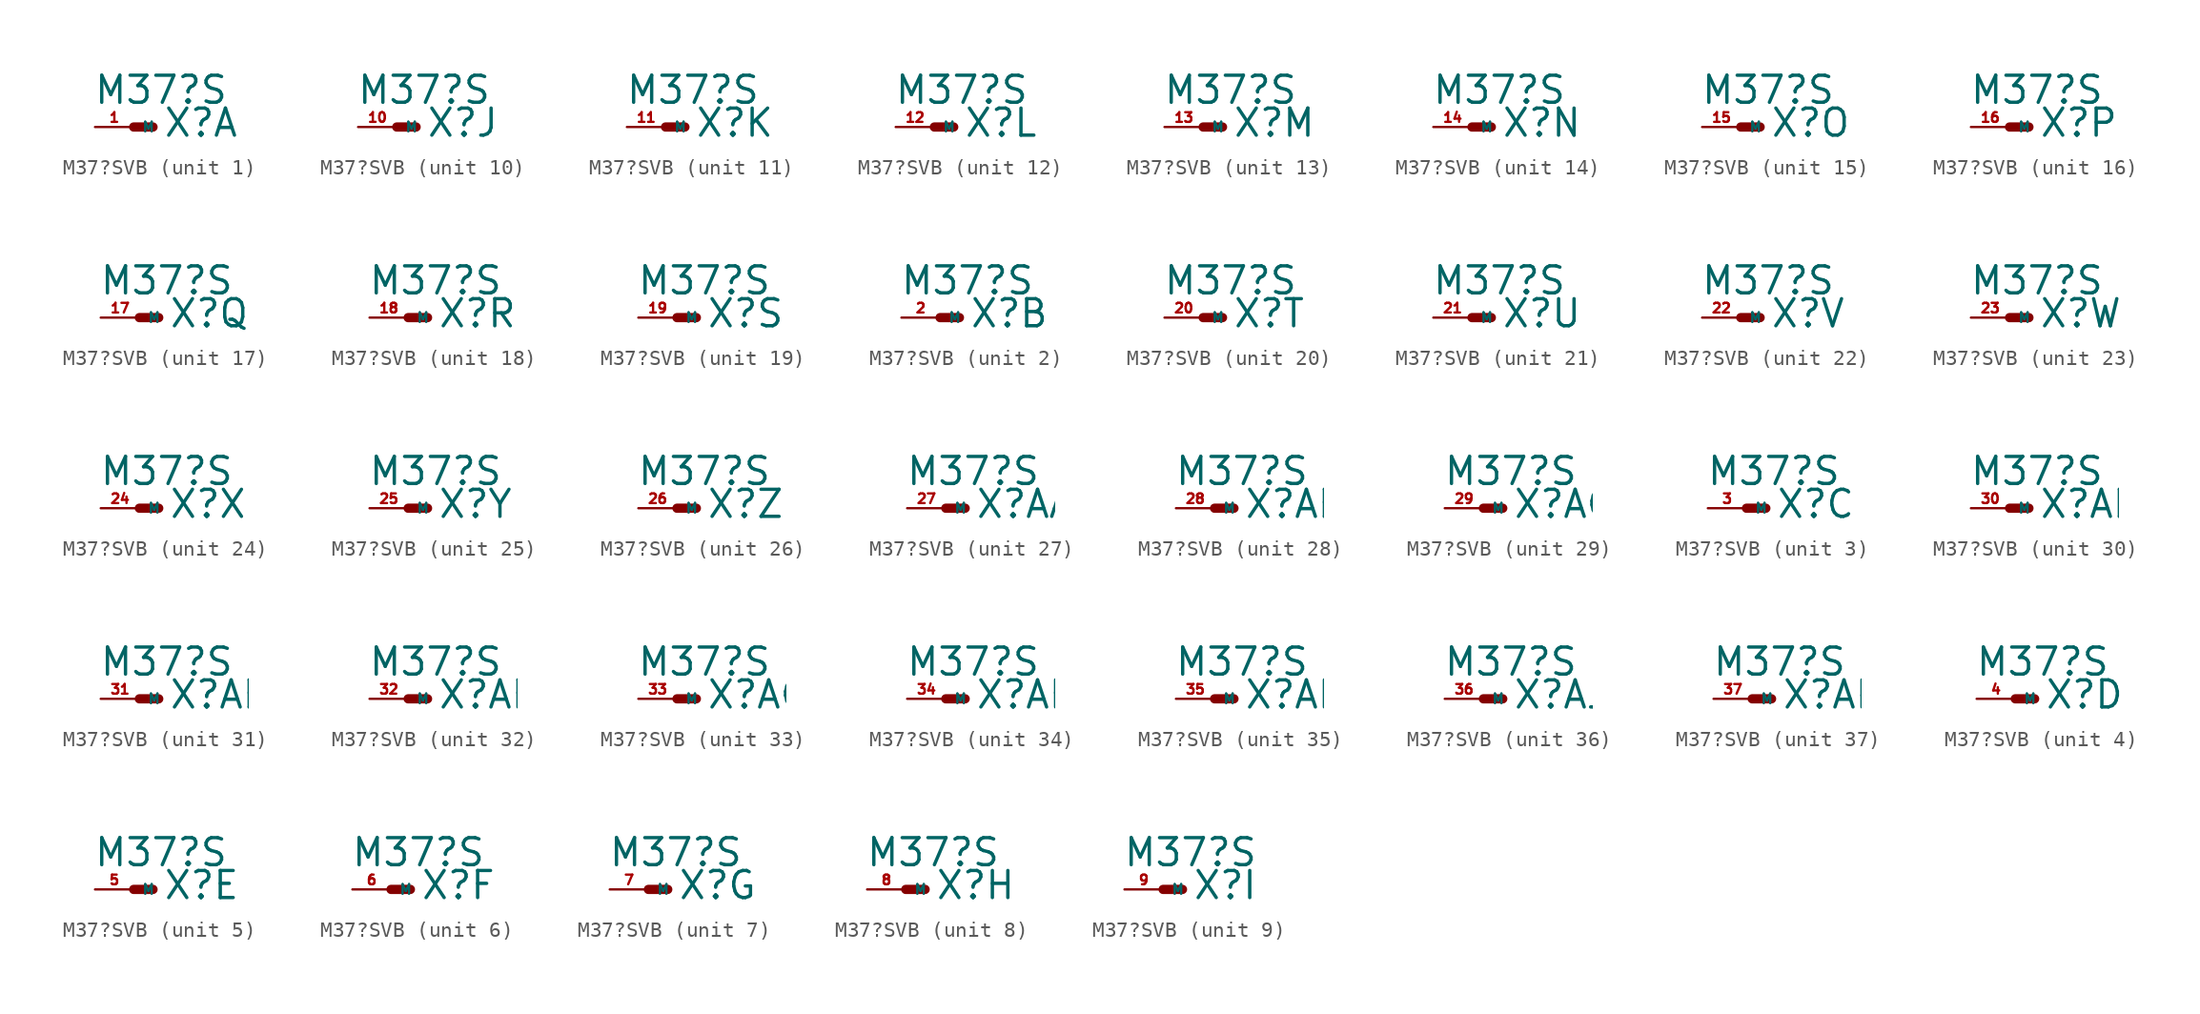
<source format=kicad_sym>
(kicad_symbol_lib
  (version 20220914)
  (generator Eagle2Kicad)
  (symbol "M37?SVB"
    (property "Reference" "X"
      (at 1.905 -0.762 0)
      (effects (font (size 1.778 1.778) (thickness 0.22)) (justify left bottom)))
    (property "Value" "M37?S"
      (at -2.667 1.397 0)
      (effects (font (size 1.778 1.778) (thickness 0.22)) (justify left bottom)))
    (symbol "M37?SVB_1_0"
      (polyline (pts (xy 0 0) (xy 1.27 0)) (stroke (width 0.61) (type default)) (fill (type none)))
      (pin passive line (at -2.54 0 0) (length 2.54) (name "M" (effects (font (size 0.635 0.635) (thickness 0.08)) (justify left bottom))) (number "1" (effects (font (size 0.635 0.635) (thickness 0.08)) (justify left bottom)))))
    (symbol "M37?SVB_2_0"
      (polyline (pts (xy 0 0) (xy 1.27 0)) (stroke (width 0.61) (type default)) (fill (type none)))
      (pin passive line (at -2.54 0 0) (length 2.54) (name "M" (effects (font (size 0.635 0.635) (thickness 0.08)) (justify left bottom))) (number "2" (effects (font (size 0.635 0.635) (thickness 0.08)) (justify left bottom)))))
    (symbol "M37?SVB_3_0"
      (polyline (pts (xy 0 0) (xy 1.27 0)) (stroke (width 0.61) (type default)) (fill (type none)))
      (pin passive line (at -2.54 0 0) (length 2.54) (name "M" (effects (font (size 0.635 0.635) (thickness 0.08)) (justify left bottom))) (number "3" (effects (font (size 0.635 0.635) (thickness 0.08)) (justify left bottom)))))
    (symbol "M37?SVB_4_0"
      (polyline (pts (xy 0 0) (xy 1.27 0)) (stroke (width 0.61) (type default)) (fill (type none)))
      (pin passive line (at -2.54 0 0) (length 2.54) (name "M" (effects (font (size 0.635 0.635) (thickness 0.08)) (justify left bottom))) (number "4" (effects (font (size 0.635 0.635) (thickness 0.08)) (justify left bottom)))))
    (symbol "M37?SVB_5_0"
      (polyline (pts (xy 0 0) (xy 1.27 0)) (stroke (width 0.61) (type default)) (fill (type none)))
      (pin passive line (at -2.54 0 0) (length 2.54) (name "M" (effects (font (size 0.635 0.635) (thickness 0.08)) (justify left bottom))) (number "5" (effects (font (size 0.635 0.635) (thickness 0.08)) (justify left bottom)))))
    (symbol "M37?SVB_6_0"
      (polyline (pts (xy 0 0) (xy 1.27 0)) (stroke (width 0.61) (type default)) (fill (type none)))
      (pin passive line (at -2.54 0 0) (length 2.54) (name "M" (effects (font (size 0.635 0.635) (thickness 0.08)) (justify left bottom))) (number "6" (effects (font (size 0.635 0.635) (thickness 0.08)) (justify left bottom)))))
    (symbol "M37?SVB_7_0"
      (polyline (pts (xy 0 0) (xy 1.27 0)) (stroke (width 0.61) (type default)) (fill (type none)))
      (pin passive line (at -2.54 0 0) (length 2.54) (name "M" (effects (font (size 0.635 0.635) (thickness 0.08)) (justify left bottom))) (number "7" (effects (font (size 0.635 0.635) (thickness 0.08)) (justify left bottom)))))
    (symbol "M37?SVB_8_0"
      (polyline (pts (xy 0 0) (xy 1.27 0)) (stroke (width 0.61) (type default)) (fill (type none)))
      (pin passive line (at -2.54 0 0) (length 2.54) (name "M" (effects (font (size 0.635 0.635) (thickness 0.08)) (justify left bottom))) (number "8" (effects (font (size 0.635 0.635) (thickness 0.08)) (justify left bottom)))))
    (symbol "M37?SVB_9_0"
      (polyline (pts (xy 0 0) (xy 1.27 0)) (stroke (width 0.61) (type default)) (fill (type none)))
      (pin passive line (at -2.54 0 0) (length 2.54) (name "M" (effects (font (size 0.635 0.635) (thickness 0.08)) (justify left bottom))) (number "9" (effects (font (size 0.635 0.635) (thickness 0.08)) (justify left bottom)))))
    (symbol "M37?SVB_10_0"
      (polyline (pts (xy 0 0) (xy 1.27 0)) (stroke (width 0.61) (type default)) (fill (type none)))
      (pin passive line (at -2.54 0 0) (length 2.54) (name "M" (effects (font (size 0.635 0.635) (thickness 0.08)) (justify left bottom))) (number "10" (effects (font (size 0.635 0.635) (thickness 0.08)) (justify left bottom)))))
    (symbol "M37?SVB_11_0"
      (polyline (pts (xy 0 0) (xy 1.27 0)) (stroke (width 0.61) (type default)) (fill (type none)))
      (pin passive line (at -2.54 0 0) (length 2.54) (name "M" (effects (font (size 0.635 0.635) (thickness 0.08)) (justify left bottom))) (number "11" (effects (font (size 0.635 0.635) (thickness 0.08)) (justify left bottom)))))
    (symbol "M37?SVB_12_0"
      (polyline (pts (xy 0 0) (xy 1.27 0)) (stroke (width 0.61) (type default)) (fill (type none)))
      (pin passive line (at -2.54 0 0) (length 2.54) (name "M" (effects (font (size 0.635 0.635) (thickness 0.08)) (justify left bottom))) (number "12" (effects (font (size 0.635 0.635) (thickness 0.08)) (justify left bottom)))))
    (symbol "M37?SVB_13_0"
      (polyline (pts (xy 0 0) (xy 1.27 0)) (stroke (width 0.61) (type default)) (fill (type none)))
      (pin passive line (at -2.54 0 0) (length 2.54) (name "M" (effects (font (size 0.635 0.635) (thickness 0.08)) (justify left bottom))) (number "13" (effects (font (size 0.635 0.635) (thickness 0.08)) (justify left bottom)))))
    (symbol "M37?SVB_14_0"
      (polyline (pts (xy 0 0) (xy 1.27 0)) (stroke (width 0.61) (type default)) (fill (type none)))
      (pin passive line (at -2.54 0 0) (length 2.54) (name "M" (effects (font (size 0.635 0.635) (thickness 0.08)) (justify left bottom))) (number "14" (effects (font (size 0.635 0.635) (thickness 0.08)) (justify left bottom)))))
    (symbol "M37?SVB_15_0"
      (polyline (pts (xy 0 0) (xy 1.27 0)) (stroke (width 0.61) (type default)) (fill (type none)))
      (pin passive line (at -2.54 0 0) (length 2.54) (name "M" (effects (font (size 0.635 0.635) (thickness 0.08)) (justify left bottom))) (number "15" (effects (font (size 0.635 0.635) (thickness 0.08)) (justify left bottom)))))
    (symbol "M37?SVB_16_0"
      (polyline (pts (xy 0 0) (xy 1.27 0)) (stroke (width 0.61) (type default)) (fill (type none)))
      (pin passive line (at -2.54 0 0) (length 2.54) (name "M" (effects (font (size 0.635 0.635) (thickness 0.08)) (justify left bottom))) (number "16" (effects (font (size 0.635 0.635) (thickness 0.08)) (justify left bottom)))))
    (symbol "M37?SVB_17_0"
      (polyline (pts (xy 0 0) (xy 1.27 0)) (stroke (width 0.61) (type default)) (fill (type none)))
      (pin passive line (at -2.54 0 0) (length 2.54) (name "M" (effects (font (size 0.635 0.635) (thickness 0.08)) (justify left bottom))) (number "17" (effects (font (size 0.635 0.635) (thickness 0.08)) (justify left bottom)))))
    (symbol "M37?SVB_18_0"
      (polyline (pts (xy 0 0) (xy 1.27 0)) (stroke (width 0.61) (type default)) (fill (type none)))
      (pin passive line (at -2.54 0 0) (length 2.54) (name "M" (effects (font (size 0.635 0.635) (thickness 0.08)) (justify left bottom))) (number "18" (effects (font (size 0.635 0.635) (thickness 0.08)) (justify left bottom)))))
    (symbol "M37?SVB_19_0"
      (polyline (pts (xy 0 0) (xy 1.27 0)) (stroke (width 0.61) (type default)) (fill (type none)))
      (pin passive line (at -2.54 0 0) (length 2.54) (name "M" (effects (font (size 0.635 0.635) (thickness 0.08)) (justify left bottom))) (number "19" (effects (font (size 0.635 0.635) (thickness 0.08)) (justify left bottom)))))
    (symbol "M37?SVB_20_0"
      (polyline (pts (xy 0 0) (xy 1.27 0)) (stroke (width 0.61) (type default)) (fill (type none)))
      (pin passive line (at -2.54 0 0) (length 2.54) (name "M" (effects (font (size 0.635 0.635) (thickness 0.08)) (justify left bottom))) (number "20" (effects (font (size 0.635 0.635) (thickness 0.08)) (justify left bottom)))))
    (symbol "M37?SVB_21_0"
      (polyline (pts (xy 0 0) (xy 1.27 0)) (stroke (width 0.61) (type default)) (fill (type none)))
      (pin passive line (at -2.54 0 0) (length 2.54) (name "M" (effects (font (size 0.635 0.635) (thickness 0.08)) (justify left bottom))) (number "21" (effects (font (size 0.635 0.635) (thickness 0.08)) (justify left bottom)))))
    (symbol "M37?SVB_22_0"
      (polyline (pts (xy 0 0) (xy 1.27 0)) (stroke (width 0.61) (type default)) (fill (type none)))
      (pin passive line (at -2.54 0 0) (length 2.54) (name "M" (effects (font (size 0.635 0.635) (thickness 0.08)) (justify left bottom))) (number "22" (effects (font (size 0.635 0.635) (thickness 0.08)) (justify left bottom)))))
    (symbol "M37?SVB_23_0"
      (polyline (pts (xy 0 0) (xy 1.27 0)) (stroke (width 0.61) (type default)) (fill (type none)))
      (pin passive line (at -2.54 0 0) (length 2.54) (name "M" (effects (font (size 0.635 0.635) (thickness 0.08)) (justify left bottom))) (number "23" (effects (font (size 0.635 0.635) (thickness 0.08)) (justify left bottom)))))
    (symbol "M37?SVB_24_0"
      (polyline (pts (xy 0 0) (xy 1.27 0)) (stroke (width 0.61) (type default)) (fill (type none)))
      (pin passive line (at -2.54 0 0) (length 2.54) (name "M" (effects (font (size 0.635 0.635) (thickness 0.08)) (justify left bottom))) (number "24" (effects (font (size 0.635 0.635) (thickness 0.08)) (justify left bottom)))))
    (symbol "M37?SVB_25_0"
      (polyline (pts (xy 0 0) (xy 1.27 0)) (stroke (width 0.61) (type default)) (fill (type none)))
      (pin passive line (at -2.54 0 0) (length 2.54) (name "M" (effects (font (size 0.635 0.635) (thickness 0.08)) (justify left bottom))) (number "25" (effects (font (size 0.635 0.635) (thickness 0.08)) (justify left bottom)))))
    (symbol "M37?SVB_26_0"
      (polyline (pts (xy 0 0) (xy 1.27 0)) (stroke (width 0.61) (type default)) (fill (type none)))
      (pin passive line (at -2.54 0 0) (length 2.54) (name "M" (effects (font (size 0.635 0.635) (thickness 0.08)) (justify left bottom))) (number "26" (effects (font (size 0.635 0.635) (thickness 0.08)) (justify left bottom)))))
    (symbol "M37?SVB_27_0"
      (polyline (pts (xy 0 0) (xy 1.27 0)) (stroke (width 0.61) (type default)) (fill (type none)))
      (pin passive line (at -2.54 0 0) (length 2.54) (name "M" (effects (font (size 0.635 0.635) (thickness 0.08)) (justify left bottom))) (number "27" (effects (font (size 0.635 0.635) (thickness 0.08)) (justify left bottom)))))
    (symbol "M37?SVB_28_0"
      (polyline (pts (xy 0 0) (xy 1.27 0)) (stroke (width 0.61) (type default)) (fill (type none)))
      (pin passive line (at -2.54 0 0) (length 2.54) (name "M" (effects (font (size 0.635 0.635) (thickness 0.08)) (justify left bottom))) (number "28" (effects (font (size 0.635 0.635) (thickness 0.08)) (justify left bottom)))))
    (symbol "M37?SVB_29_0"
      (polyline (pts (xy 0 0) (xy 1.27 0)) (stroke (width 0.61) (type default)) (fill (type none)))
      (pin passive line (at -2.54 0 0) (length 2.54) (name "M" (effects (font (size 0.635 0.635) (thickness 0.08)) (justify left bottom))) (number "29" (effects (font (size 0.635 0.635) (thickness 0.08)) (justify left bottom)))))
    (symbol "M37?SVB_30_0"
      (polyline (pts (xy 0 0) (xy 1.27 0)) (stroke (width 0.61) (type default)) (fill (type none)))
      (pin passive line (at -2.54 0 0) (length 2.54) (name "M" (effects (font (size 0.635 0.635) (thickness 0.08)) (justify left bottom))) (number "30" (effects (font (size 0.635 0.635) (thickness 0.08)) (justify left bottom)))))
    (symbol "M37?SVB_31_0"
      (polyline (pts (xy 0 0) (xy 1.27 0)) (stroke (width 0.61) (type default)) (fill (type none)))
      (pin passive line (at -2.54 0 0) (length 2.54) (name "M" (effects (font (size 0.635 0.635) (thickness 0.08)) (justify left bottom))) (number "31" (effects (font (size 0.635 0.635) (thickness 0.08)) (justify left bottom)))))
    (symbol "M37?SVB_32_0"
      (polyline (pts (xy 0 0) (xy 1.27 0)) (stroke (width 0.61) (type default)) (fill (type none)))
      (pin passive line (at -2.54 0 0) (length 2.54) (name "M" (effects (font (size 0.635 0.635) (thickness 0.08)) (justify left bottom))) (number "32" (effects (font (size 0.635 0.635) (thickness 0.08)) (justify left bottom)))))
    (symbol "M37?SVB_33_0"
      (polyline (pts (xy 0 0) (xy 1.27 0)) (stroke (width 0.61) (type default)) (fill (type none)))
      (pin passive line (at -2.54 0 0) (length 2.54) (name "M" (effects (font (size 0.635 0.635) (thickness 0.08)) (justify left bottom))) (number "33" (effects (font (size 0.635 0.635) (thickness 0.08)) (justify left bottom)))))
    (symbol "M37?SVB_34_0"
      (polyline (pts (xy 0 0) (xy 1.27 0)) (stroke (width 0.61) (type default)) (fill (type none)))
      (pin passive line (at -2.54 0 0) (length 2.54) (name "M" (effects (font (size 0.635 0.635) (thickness 0.08)) (justify left bottom))) (number "34" (effects (font (size 0.635 0.635) (thickness 0.08)) (justify left bottom)))))
    (symbol "M37?SVB_35_0"
      (polyline (pts (xy 0 0) (xy 1.27 0)) (stroke (width 0.61) (type default)) (fill (type none)))
      (pin passive line (at -2.54 0 0) (length 2.54) (name "M" (effects (font (size 0.635 0.635) (thickness 0.08)) (justify left bottom))) (number "35" (effects (font (size 0.635 0.635) (thickness 0.08)) (justify left bottom)))))
    (symbol "M37?SVB_36_0"
      (polyline (pts (xy 0 0) (xy 1.27 0)) (stroke (width 0.61) (type default)) (fill (type none)))
      (pin passive line (at -2.54 0 0) (length 2.54) (name "M" (effects (font (size 0.635 0.635) (thickness 0.08)) (justify left bottom))) (number "36" (effects (font (size 0.635 0.635) (thickness 0.08)) (justify left bottom)))))
    (symbol "M37?SVB_37_0"
      (polyline (pts (xy 0 0) (xy 1.27 0)) (stroke (width 0.61) (type default)) (fill (type none)))
      (pin passive line (at -2.54 0 0) (length 2.54) (name "M" (effects (font (size 0.635 0.635) (thickness 0.08)) (justify left bottom))) (number "37" (effects (font (size 0.635 0.635) (thickness 0.08)) (justify left bottom)))))))
</source>
